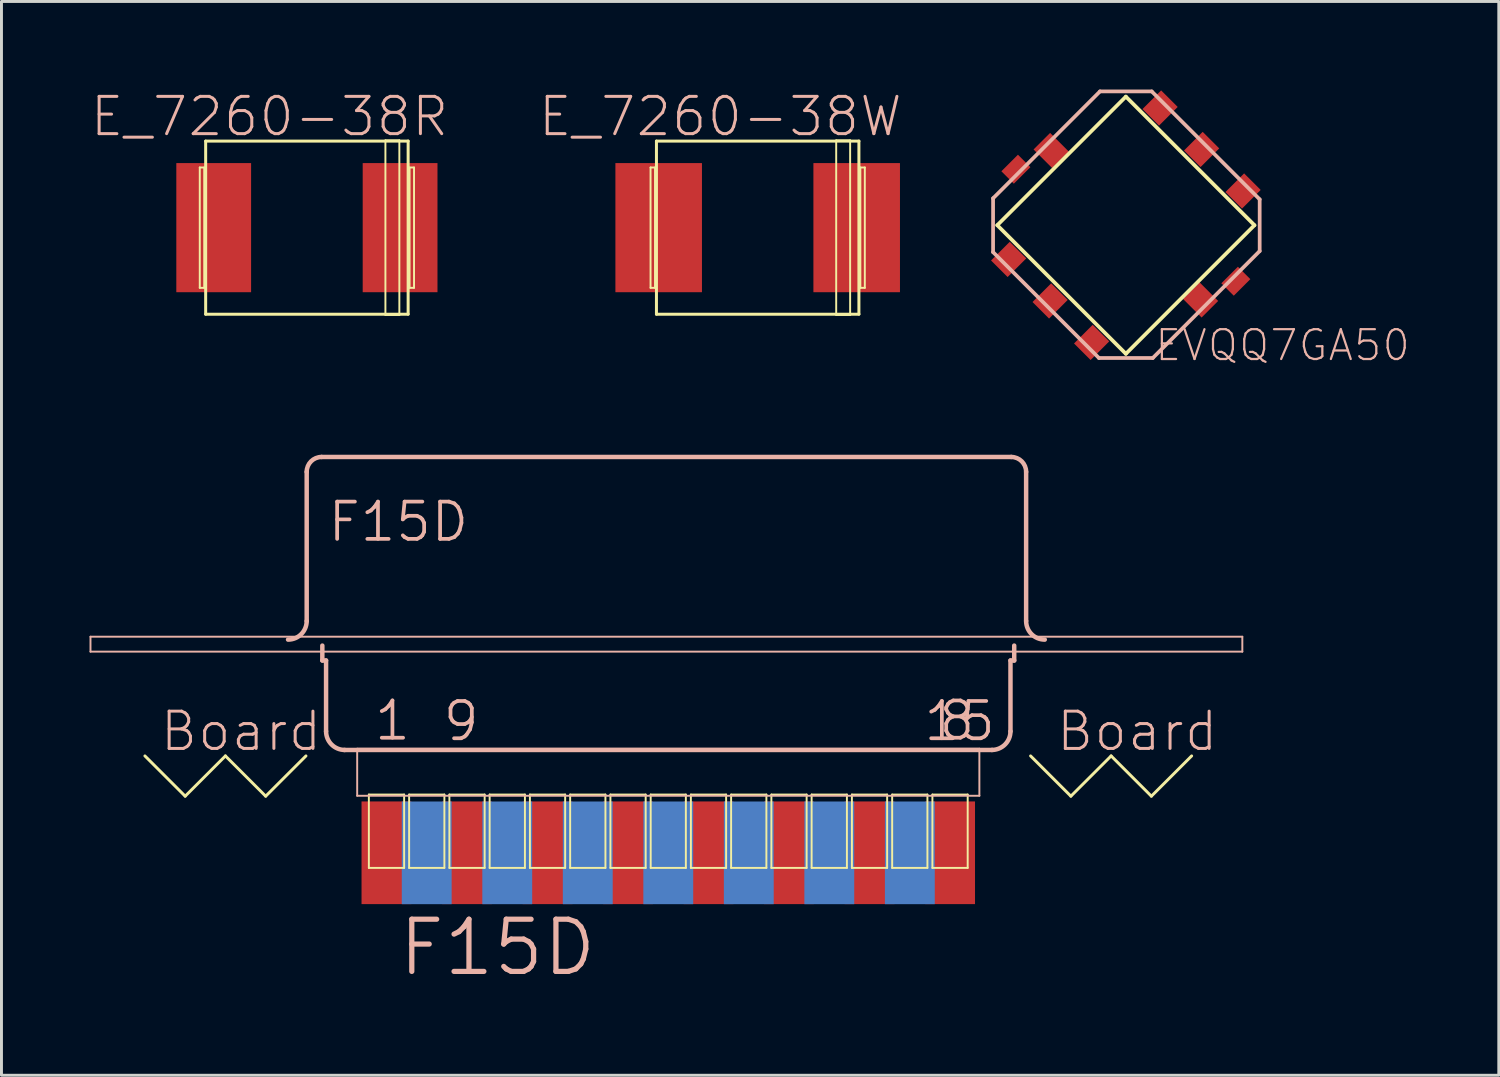
<source format=kicad_pcb>
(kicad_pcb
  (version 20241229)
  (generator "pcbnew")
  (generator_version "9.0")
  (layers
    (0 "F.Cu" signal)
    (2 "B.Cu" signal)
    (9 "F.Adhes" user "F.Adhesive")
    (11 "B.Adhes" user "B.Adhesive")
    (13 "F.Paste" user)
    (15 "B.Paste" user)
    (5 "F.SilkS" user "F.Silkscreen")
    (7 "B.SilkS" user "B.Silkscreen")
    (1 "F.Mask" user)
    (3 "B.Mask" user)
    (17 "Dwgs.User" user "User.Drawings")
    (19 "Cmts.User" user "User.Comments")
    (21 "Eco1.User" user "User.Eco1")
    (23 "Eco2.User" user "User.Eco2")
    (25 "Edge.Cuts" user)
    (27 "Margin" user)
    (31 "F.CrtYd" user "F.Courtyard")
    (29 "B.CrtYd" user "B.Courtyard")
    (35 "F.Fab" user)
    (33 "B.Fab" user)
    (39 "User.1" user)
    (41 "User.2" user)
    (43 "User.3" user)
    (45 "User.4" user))
  (footprint "EVQQ7GA50"
    (layer "F.Cu")
    (at 35.308 4.623)
    (property "Reference" "EVQQ7GA50" (at 5.339 4.092 0) (layer "B.SilkS") (effects (font (size 1.016 1.016) (thickness 0.076))))
    (attr smd)
    (fp_line (start -4.381 0) (end 0 -4.381) (stroke (width 0.127) (type solid)) (layer "F.SilkS"))
    (fp_line (start 0 -4.381) (end 4.381 0) (stroke (width 0.127) (type solid)) (layer "F.SilkS"))
    (fp_line (start 0 4.381) (end -4.381 0) (stroke (width 0.127) (type solid)) (layer "F.SilkS"))
    (fp_line (start 4.381 0) (end 0 4.381) (stroke (width 0.127) (type solid)) (layer "F.SilkS"))
    (fp_line (start -4.524 -0.917) (end -0.881 -4.559) (stroke (width 0.127) (type solid)) (layer "B.SilkS"))
    (fp_line (start -4.524 0.917) (end -4.524 -0.917) (stroke (width 0.127) (type solid)) (layer "B.SilkS"))
    (fp_line (start -0.917 4.524) (end -4.524 0.917) (stroke (width 0.127) (type solid)) (layer "B.SilkS"))
    (fp_line (start -0.881 -4.559) (end 0.881 -4.559) (stroke (width 0.127) (type solid)) (layer "B.SilkS"))
    (fp_line (start 0.881 -4.559) (end 4.559 -0.881) (stroke (width 0.127) (type solid)) (layer "B.SilkS"))
    (fp_line (start 0.917 4.524) (end -0.917 4.524) (stroke (width 0.127) (type solid)) (layer "B.SilkS"))
    (fp_line (start 4.559 -0.881) (end 4.559 0.881) (stroke (width 0.127) (type solid)) (layer "B.SilkS"))
    (fp_line (start 4.559 0.881) (end 0.917 4.524) (stroke (width 0.127) (type solid)) (layer "B.SilkS"))
    (pad "A" smd rect (at -3.993 1.166 135) (size 0.798 0.899) (layers "F.Cu" "F.Mask" "F.Paste"))
    (pad "B" smd rect (at -1.166 3.993 135) (size 0.798 0.899) (layers "F.Cu" "F.Mask" "F.Paste"))
    (pad "C" smd rect (at 1.166 -3.993 135) (size 0.798 0.899) (layers "F.Cu" "F.Mask" "F.Paste"))
    (pad "COM1" smd rect (at -2.545 -2.545 45) (size 0.798 0.899) (layers "F.Cu" "F.Mask" "F.Paste"))
    (pad "COM2" smd rect (at 2.545 2.545 45) (size 0.798 0.899) (layers "F.Cu" "F.Mask" "F.Paste"))
    (pad "COM3" smd rect (at 2.581 -2.581 135) (size 0.798 0.899) (layers "F.Cu" "F.Mask" "F.Paste"))
    (pad "D" smd rect (at 3.993 -1.166 135) (size 0.798 0.899) (layers "F.Cu" "F.Mask" "F.Paste"))
    (pad "E" smd rect (at -2.581 2.581 135) (size 0.798 0.899) (layers "F.Cu" "F.Mask" "F.Paste"))
    (pad "MT1" smd rect (at -3.747 -1.908 45) (size 0.798 0.599) (layers "F.Cu" "F.Mask" "F.Paste"))
    (pad "MT2" smd rect (at 3.747 1.908 45) (size 0.798 0.599) (layers "F.Cu" "F.Mask" "F.Paste")))
  (footprint "E_7260-38R"
    (layer "F.Cu")
    (at 7.406 4.706)
    (property "Reference" "E_7260-38R" (at -1.273 -3.785 0) (layer "B.SilkS") (effects (font (size 1.27 1.27) (thickness 0.102))))
    (attr smd)
    (fp_line (start -3.65 -2.05) (end -3.498 -2.05) (stroke (width 0.066) (type solid)) (layer "F.SilkS"))
    (fp_line (start -3.65 2.05) (end -3.65 -2.05) (stroke (width 0.066) (type solid)) (layer "F.SilkS"))
    (fp_line (start -3.65 2.05) (end -3.498 2.05) (stroke (width 0.066) (type solid)) (layer "F.SilkS"))
    (fp_line (start -3.498 2.05) (end -3.498 -2.05) (stroke (width 0.066) (type solid)) (layer "F.SilkS"))
    (fp_line (start -3.449 -2.949) (end 3.449 -2.949) (stroke (width 0.102) (type solid)) (layer "F.SilkS"))
    (fp_line (start -3.449 2.949) (end -3.449 -2.949) (stroke (width 0.102) (type solid)) (layer "F.SilkS"))
    (fp_line (start 2.675 -2.974) (end 3.15 -2.974) (stroke (width 0.066) (type solid)) (layer "F.SilkS"))
    (fp_line (start 2.675 2.974) (end 2.675 -2.974) (stroke (width 0.066) (type solid)) (layer "F.SilkS"))
    (fp_line (start 2.675 2.974) (end 3.15 2.974) (stroke (width 0.066) (type solid)) (layer "F.SilkS"))
    (fp_line (start 3.15 2.974) (end 3.15 -2.974) (stroke (width 0.066) (type solid)) (layer "F.SilkS"))
    (fp_line (start 3.449 -2.949) (end 3.449 2.949) (stroke (width 0.102) (type solid)) (layer "F.SilkS"))
    (fp_line (start 3.449 2.949) (end -3.449 2.949) (stroke (width 0.102) (type solid)) (layer "F.SilkS"))
    (fp_line (start 3.498 -2.05) (end 3.65 -2.05) (stroke (width 0.066) (type solid)) (layer "F.SilkS"))
    (fp_line (start 3.498 2.05) (end 3.498 -2.05) (stroke (width 0.066) (type solid)) (layer "F.SilkS"))
    (fp_line (start 3.498 2.05) (end 3.65 2.05) (stroke (width 0.066) (type solid)) (layer "F.SilkS"))
    (fp_line (start 3.65 2.05) (end 3.65 -2.05) (stroke (width 0.066) (type solid)) (layer "F.SilkS"))
    (pad "+" smd rect (at 3.175 0) (size 2.548 4.399) (layers "F.Cu" "F.Mask" "F.Paste"))
    (pad "-" smd rect (at -3.175 0) (size 2.548 4.399) (layers "F.Cu" "F.Mask" "F.Paste")))
  (footprint "F15D"
    (layer "F.Cu")
    (at 19.718 19.961)
    (property "Reference" "F15D" (at -5.817 9.271 0) (layer "B.SilkS") (effects (font (size 1.778 1.778) (thickness 0.178))))
    (attr smd)
    (fp_line (start -17.831 2.743) (end -16.459 4.115) (stroke (width 0.1) (type solid)) (layer "F.SilkS"))
    (fp_line (start -16.459 4.115) (end -15.088 2.743) (stroke (width 0.1) (type solid)) (layer "F.SilkS"))
    (fp_line (start -15.088 2.743) (end -13.716 4.115) (stroke (width 0.1) (type solid)) (layer "F.SilkS"))
    (fp_line (start -13.716 4.115) (end -12.344 2.743) (stroke (width 0.1) (type solid)) (layer "F.SilkS"))
    (fp_line (start -10.201 4.059) (end -8.999 4.059) (stroke (width 0.066) (type solid)) (layer "F.SilkS"))
    (fp_line (start -10.201 6.558) (end -10.201 4.059) (stroke (width 0.066) (type solid)) (layer "F.SilkS"))
    (fp_line (start -10.201 6.558) (end -8.999 6.558) (stroke (width 0.066) (type solid)) (layer "F.SilkS"))
    (fp_line (start -8.999 6.558) (end -8.999 4.059) (stroke (width 0.066) (type solid)) (layer "F.SilkS"))
    (fp_line (start -8.829 4.059) (end -7.628 4.059) (stroke (width 0.066) (type solid)) (layer "F.SilkS"))
    (fp_line (start -8.829 6.558) (end -8.829 4.059) (stroke (width 0.066) (type solid)) (layer "F.SilkS"))
    (fp_line (start -8.829 6.558) (end -7.628 6.558) (stroke (width 0.066) (type solid)) (layer "F.SilkS"))
    (fp_line (start -7.628 6.558) (end -7.628 4.059) (stroke (width 0.066) (type solid)) (layer "F.SilkS"))
    (fp_line (start -7.457 4.059) (end -6.256 4.059) (stroke (width 0.066) (type solid)) (layer "F.SilkS"))
    (fp_line (start -7.457 6.558) (end -7.457 4.059) (stroke (width 0.066) (type solid)) (layer "F.SilkS"))
    (fp_line (start -7.457 6.558) (end -6.256 6.558) (stroke (width 0.066) (type solid)) (layer "F.SilkS"))
    (fp_line (start -6.256 6.558) (end -6.256 4.059) (stroke (width 0.066) (type solid)) (layer "F.SilkS"))
    (fp_line (start -6.086 4.059) (end -4.884 4.059) (stroke (width 0.066) (type solid)) (layer "F.SilkS"))
    (fp_line (start -6.086 6.558) (end -6.086 4.059) (stroke (width 0.066) (type solid)) (layer "F.SilkS"))
    (fp_line (start -6.086 6.558) (end -4.884 6.558) (stroke (width 0.066) (type solid)) (layer "F.SilkS"))
    (fp_line (start -4.884 6.558) (end -4.884 4.059) (stroke (width 0.066) (type solid)) (layer "F.SilkS"))
    (fp_line (start -4.714 4.059) (end -3.513 4.059) (stroke (width 0.066) (type solid)) (layer "F.SilkS"))
    (fp_line (start -4.714 6.558) (end -4.714 4.059) (stroke (width 0.066) (type solid)) (layer "F.SilkS"))
    (fp_line (start -4.714 6.558) (end -3.513 6.558) (stroke (width 0.066) (type solid)) (layer "F.SilkS"))
    (fp_line (start -3.513 6.558) (end -3.513 4.059) (stroke (width 0.066) (type solid)) (layer "F.SilkS"))
    (fp_line (start -3.343 4.059) (end -2.141 4.059) (stroke (width 0.066) (type solid)) (layer "F.SilkS"))
    (fp_line (start -3.343 6.558) (end -3.343 4.059) (stroke (width 0.066) (type solid)) (layer "F.SilkS"))
    (fp_line (start -3.343 6.558) (end -2.141 6.558) (stroke (width 0.066) (type solid)) (layer "F.SilkS"))
    (fp_line (start -2.141 6.558) (end -2.141 4.059) (stroke (width 0.066) (type solid)) (layer "F.SilkS"))
    (fp_line (start -1.971 4.059) (end -0.77 4.059) (stroke (width 0.066) (type solid)) (layer "F.SilkS"))
    (fp_line (start -1.971 6.558) (end -1.971 4.059) (stroke (width 0.066) (type solid)) (layer "F.SilkS"))
    (fp_line (start -1.971 6.558) (end -0.77 6.558) (stroke (width 0.066) (type solid)) (layer "F.SilkS"))
    (fp_line (start -0.77 6.558) (end -0.77 4.059) (stroke (width 0.066) (type solid)) (layer "F.SilkS"))
    (fp_line (start -0.599 4.059) (end 0.599 4.059) (stroke (width 0.066) (type solid)) (layer "F.SilkS"))
    (fp_line (start -0.599 6.558) (end -0.599 4.059) (stroke (width 0.066) (type solid)) (layer "F.SilkS"))
    (fp_line (start -0.599 6.558) (end 0.599 6.558) (stroke (width 0.066) (type solid)) (layer "F.SilkS"))
    (fp_line (start 0.599 6.558) (end 0.599 4.059) (stroke (width 0.066) (type solid)) (layer "F.SilkS"))
    (fp_line (start 0.77 4.059) (end 1.971 4.059) (stroke (width 0.066) (type solid)) (layer "F.SilkS"))
    (fp_line (start 0.77 6.558) (end 0.77 4.059) (stroke (width 0.066) (type solid)) (layer "F.SilkS"))
    (fp_line (start 0.77 6.558) (end 1.971 6.558) (stroke (width 0.066) (type solid)) (layer "F.SilkS"))
    (fp_line (start 1.971 6.558) (end 1.971 4.059) (stroke (width 0.066) (type solid)) (layer "F.SilkS"))
    (fp_line (start 2.141 4.059) (end 3.343 4.059) (stroke (width 0.066) (type solid)) (layer "F.SilkS"))
    (fp_line (start 2.141 6.558) (end 2.141 4.059) (stroke (width 0.066) (type solid)) (layer "F.SilkS"))
    (fp_line (start 2.141 6.558) (end 3.343 6.558) (stroke (width 0.066) (type solid)) (layer "F.SilkS"))
    (fp_line (start 3.343 6.558) (end 3.343 4.059) (stroke (width 0.066) (type solid)) (layer "F.SilkS"))
    (fp_line (start 3.513 4.059) (end 4.714 4.059) (stroke (width 0.066) (type solid)) (layer "F.SilkS"))
    (fp_line (start 3.513 6.558) (end 3.513 4.059) (stroke (width 0.066) (type solid)) (layer "F.SilkS"))
    (fp_line (start 3.513 6.558) (end 4.714 6.558) (stroke (width 0.066) (type solid)) (layer "F.SilkS"))
    (fp_line (start 4.714 6.558) (end 4.714 4.059) (stroke (width 0.066) (type solid)) (layer "F.SilkS"))
    (fp_line (start 4.884 4.059) (end 6.086 4.059) (stroke (width 0.066) (type solid)) (layer "F.SilkS"))
    (fp_line (start 4.884 6.558) (end 4.884 4.059) (stroke (width 0.066) (type solid)) (layer "F.SilkS"))
    (fp_line (start 4.884 6.558) (end 6.086 6.558) (stroke (width 0.066) (type solid)) (layer "F.SilkS"))
    (fp_line (start 6.086 6.558) (end 6.086 4.059) (stroke (width 0.066) (type solid)) (layer "F.SilkS"))
    (fp_line (start 6.256 4.059) (end 7.457 4.059) (stroke (width 0.066) (type solid)) (layer "F.SilkS"))
    (fp_line (start 6.256 6.558) (end 6.256 4.059) (stroke (width 0.066) (type solid)) (layer "F.SilkS"))
    (fp_line (start 6.256 6.558) (end 7.457 6.558) (stroke (width 0.066) (type solid)) (layer "F.SilkS"))
    (fp_line (start 7.457 6.558) (end 7.457 4.059) (stroke (width 0.066) (type solid)) (layer "F.SilkS"))
    (fp_line (start 7.628 4.059) (end 8.829 4.059) (stroke (width 0.066) (type solid)) (layer "F.SilkS"))
    (fp_line (start 7.628 6.558) (end 7.628 4.059) (stroke (width 0.066) (type solid)) (layer "F.SilkS"))
    (fp_line (start 7.628 6.558) (end 8.829 6.558) (stroke (width 0.066) (type solid)) (layer "F.SilkS"))
    (fp_line (start 8.829 6.558) (end 8.829 4.059) (stroke (width 0.066) (type solid)) (layer "F.SilkS"))
    (fp_line (start 8.999 4.059) (end 10.201 4.059) (stroke (width 0.066) (type solid)) (layer "F.SilkS"))
    (fp_line (start 8.999 6.558) (end 8.999 4.059) (stroke (width 0.066) (type solid)) (layer "F.SilkS"))
    (fp_line (start 8.999 6.558) (end 10.201 6.558) (stroke (width 0.066) (type solid)) (layer "F.SilkS"))
    (fp_line (start 10.201 6.558) (end 10.201 4.059) (stroke (width 0.066) (type solid)) (layer "F.SilkS"))
    (fp_line (start 12.344 2.743) (end 13.716 4.115) (stroke (width 0.1) (type solid)) (layer "F.SilkS"))
    (fp_line (start 13.716 4.115) (end 15.088 2.743) (stroke (width 0.1) (type solid)) (layer "F.SilkS"))
    (fp_line (start 15.088 2.743) (end 16.459 4.115) (stroke (width 0.1) (type solid)) (layer "F.SilkS"))
    (fp_line (start 16.459 4.115) (end 17.831 2.743) (stroke (width 0.1) (type solid)) (layer "F.SilkS"))
    (fp_line (start -19.685 -1.318) (end 19.558 -1.318) (stroke (width 0.066) (type solid)) (layer "B.SilkS"))
    (fp_line (start -19.685 -0.81) (end -19.685 -1.318) (stroke (width 0.066) (type solid)) (layer "B.SilkS"))
    (fp_line (start -19.685 -0.81) (end 19.558 -0.81) (stroke (width 0.066) (type solid)) (layer "B.SilkS"))
    (fp_line (start -12.319 -1.854) (end -12.319 -6.934) (stroke (width 0.152) (type solid)) (layer "B.SilkS"))
    (fp_line (start -11.811 -7.442) (end 11.684 -7.442) (stroke (width 0.152) (type solid)) (layer "B.SilkS"))
    (fp_line (start -11.786 -0.508) (end -11.786 -1.016) (stroke (width 0.152) (type solid)) (layer "B.SilkS"))
    (fp_line (start -11.786 -0.508) (end -11.659 -0.508) (stroke (width 0.152) (type solid)) (layer "B.SilkS"))
    (fp_line (start -11.659 1.905) (end -11.659 -0.508) (stroke (width 0.152) (type solid)) (layer "B.SilkS"))
    (fp_line (start -11.041 2.54) (end 11.041 2.54) (stroke (width 0.152) (type solid)) (layer "B.SilkS"))
    (fp_line (start -10.599 2.499) (end 10.599 2.499) (stroke (width 0.066) (type solid)) (layer "B.SilkS"))
    (fp_line (start -10.599 4.1) (end -10.599 2.499) (stroke (width 0.066) (type solid)) (layer "B.SilkS"))
    (fp_line (start -10.599 4.1) (end 10.599 4.1) (stroke (width 0.066) (type solid)) (layer "B.SilkS"))
    (fp_line (start 10.599 4.1) (end 10.599 2.499) (stroke (width 0.066) (type solid)) (layer "B.SilkS"))
    (fp_line (start 11.659 -0.508) (end 11.786 -0.508) (stroke (width 0.152) (type solid)) (layer "B.SilkS"))
    (fp_line (start 11.659 1.905) (end 11.659 -0.508) (stroke (width 0.152) (type solid)) (layer "B.SilkS"))
    (fp_line (start 11.786 -0.508) (end 11.786 -1.016) (stroke (width 0.152) (type solid)) (layer "B.SilkS"))
    (fp_line (start 12.192 -1.854) (end 12.192 -6.934) (stroke (width 0.152) (type solid)) (layer "B.SilkS"))
    (fp_line (start 19.558 -0.81) (end 19.558 -1.318) (stroke (width 0.066) (type solid)) (layer "B.SilkS"))
    (fp_arc (start -12.319 -6.9342) (mid -12.17021 -7.29341) (end -11.811 -7.4422) (stroke (width 0.1524) (type solid)) (layer "B.SilkS"))
    (fp_arc (start -12.319 -1.8542) (mid -12.504987 -1.405187) (end -12.954 -1.2192) (stroke (width 0.1524) (type solid)) (layer "B.SilkS"))
    (fp_arc (start -11.0236 2.54) (mid -11.472613 2.354013) (end -11.6586 1.905) (stroke (width 0.1524) (type solid)) (layer "B.SilkS"))
    (fp_arc (start 11.6586 1.905) (mid 11.472613 2.354013) (end 11.0236 2.54) (stroke (width 0.1524) (type solid)) (layer "B.SilkS"))
    (fp_arc (start 11.684 -7.4422) (mid 12.04321 -7.29341) (end 12.192 -6.9342) (stroke (width 0.1524) (type solid)) (layer "B.SilkS"))
    (fp_arc (start 12.827 -1.2192) (mid 12.377987 -1.405187) (end 12.192 -1.8542) (stroke (width 0.1524) (type solid)) (layer "B.SilkS"))
    (fp_text user "1" (at -9.398 1.542 0) (layer "B.SilkS") (effects (font (size 1.27 1.27) (thickness 0.127))))
    (fp_text user "8" (at 9.832 1.542 0) (layer "B.SilkS") (effects (font (size 1.27 1.27) (thickness 0.127))))
    (fp_text user "15" (at 9.926 1.56 0) (layer "B.SilkS") (effects (font (size 1.27 1.27) (thickness 0.127))))
    (fp_text user "Board" (at 15.977 1.905 0) (layer "B.SilkS") (effects (font (size 1.27 1.27) (thickness 0.102))))
    (fp_text user "Board " (at -14.072 1.905 0) (layer "B.SilkS") (effects (font (size 1.27 1.27) (thickness 0.102))))
    (fp_text user "F15D" (at -9.195 -5.232 0) (layer "B.SilkS") (effects (font (size 1.27 1.27) (thickness 0.127))))
    (fp_text user "9" (at -7.056 1.56 0) (layer "B.SilkS") (effects (font (size 1.27 1.27) (thickness 0.127))))
    (pad "1" smd rect (at -9.601 6.043) (size 1.699 3.498) (layers "F.Cu" "F.Mask" "F.Paste"))
    (pad "2" smd rect (at -6.858 6.043) (size 1.699 3.498) (layers "F.Cu" "F.Mask" "F.Paste"))
    (pad "3" smd rect (at -4.112 6.043) (size 1.699 3.498) (layers "F.Cu" "F.Mask" "F.Paste"))
    (pad "4" smd rect (at -1.372 6.043) (size 1.699 3.498) (layers "F.Cu" "F.Mask" "F.Paste"))
    (pad "5" smd rect (at 1.372 6.043) (size 1.699 3.498) (layers "F.Cu" "F.Mask" "F.Paste"))
    (pad "6" smd rect (at 4.112 6.043) (size 1.699 3.498) (layers "F.Cu" "F.Mask" "F.Paste"))
    (pad "7" smd rect (at 6.858 6.043) (size 1.699 3.498) (layers "F.Cu" "F.Mask" "F.Paste"))
    (pad "8" smd rect (at 9.601 6.043) (size 1.699 3.498) (layers "F.Cu" "F.Mask" "F.Paste"))
    (pad "9" smd rect (at -8.23 6.045) (size 1.699 3.498) (layers "B.Cu" "B.Mask"))
    (pad "10" smd rect (at -5.486 6.045) (size 1.699 3.498) (layers "B.Cu" "B.Mask"))
    (pad "11" smd rect (at -2.743 6.045) (size 1.699 3.498) (layers "B.Cu" "B.Mask"))
    (pad "12" smd rect (at 0 6.045) (size 1.699 3.498) (layers "B.Cu" "B.Mask"))
    (pad "13" smd rect (at 2.743 6.045) (size 1.699 3.498) (layers "B.Cu" "B.Mask"))
    (pad "14" smd rect (at 5.486 6.045) (size 1.699 3.498) (layers "B.Cu" "B.Mask"))
    (pad "15" smd rect (at 8.23 6.045) (size 1.699 3.498) (layers "B.Cu" "B.Mask")))
  (footprint "E_7260-38W"
    (layer "F.Cu")
    (at 22.764 4.706)
    (property "Reference" "E_7260-38W" (at -1.273 -3.785 0) (layer "B.SilkS") (effects (font (size 1.27 1.27) (thickness 0.102))))
    (attr smd)
    (fp_line (start -3.65 -2.05) (end -3.498 -2.05) (stroke (width 0.066) (type solid)) (layer "F.SilkS"))
    (fp_line (start -3.65 2.05) (end -3.65 -2.05) (stroke (width 0.066) (type solid)) (layer "F.SilkS"))
    (fp_line (start -3.65 2.05) (end -3.498 2.05) (stroke (width 0.066) (type solid)) (layer "F.SilkS"))
    (fp_line (start -3.498 2.05) (end -3.498 -2.05) (stroke (width 0.066) (type solid)) (layer "F.SilkS"))
    (fp_line (start -3.449 -2.949) (end 3.449 -2.949) (stroke (width 0.102) (type solid)) (layer "F.SilkS"))
    (fp_line (start -3.449 2.949) (end -3.449 -2.949) (stroke (width 0.102) (type solid)) (layer "F.SilkS"))
    (fp_line (start 2.675 -2.974) (end 3.15 -2.974) (stroke (width 0.066) (type solid)) (layer "F.SilkS"))
    (fp_line (start 2.675 2.974) (end 2.675 -2.974) (stroke (width 0.066) (type solid)) (layer "F.SilkS"))
    (fp_line (start 2.675 2.974) (end 3.15 2.974) (stroke (width 0.066) (type solid)) (layer "F.SilkS"))
    (fp_line (start 3.15 2.974) (end 3.15 -2.974) (stroke (width 0.066) (type solid)) (layer "F.SilkS"))
    (fp_line (start 3.449 -2.949) (end 3.449 2.949) (stroke (width 0.102) (type solid)) (layer "F.SilkS"))
    (fp_line (start 3.449 2.949) (end -3.449 2.949) (stroke (width 0.102) (type solid)) (layer "F.SilkS"))
    (fp_line (start 3.498 -2.05) (end 3.65 -2.05) (stroke (width 0.066) (type solid)) (layer "F.SilkS"))
    (fp_line (start 3.498 2.05) (end 3.498 -2.05) (stroke (width 0.066) (type solid)) (layer "F.SilkS"))
    (fp_line (start 3.498 2.05) (end 3.65 2.05) (stroke (width 0.066) (type solid)) (layer "F.SilkS"))
    (fp_line (start 3.65 2.05) (end 3.65 -2.05) (stroke (width 0.066) (type solid)) (layer "F.SilkS"))
    (pad "+" smd rect (at 3.373 0) (size 2.949 4.399) (layers "F.Cu" "F.Mask" "F.Paste"))
    (pad "-" smd rect (at -3.373 0) (size 2.949 4.399) (layers "F.Cu" "F.Mask" "F.Paste")))
  (gr_rect
    (start -3 -3)
    (end 48.014 33.584)
    (stroke (width 0.1) (type default))
    (fill no)
    (layer "Edge.Cuts")))
</source>
